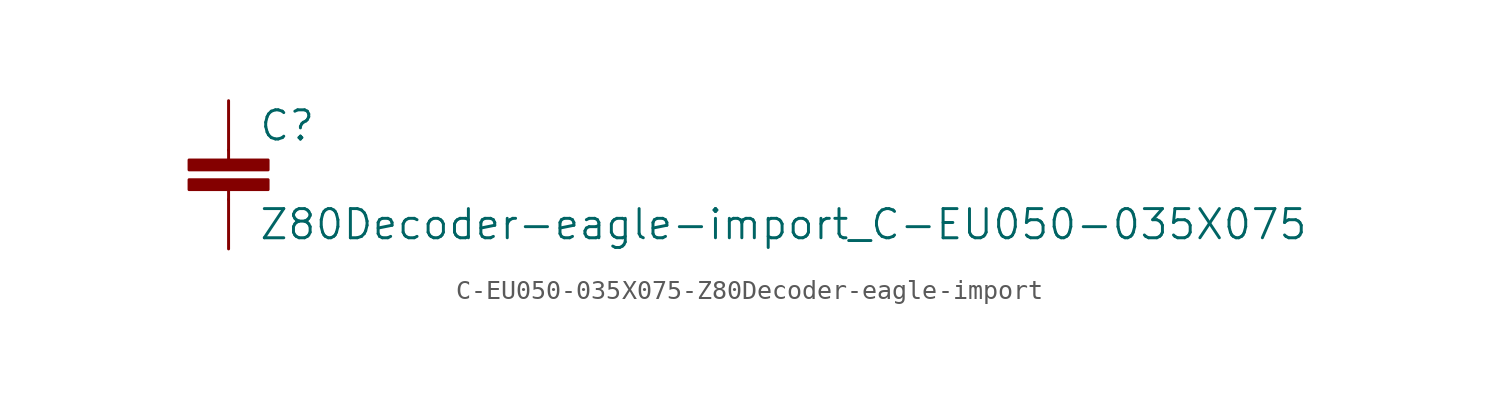
<source format=kicad_sym>
(kicad_symbol_lib
  (version 20220914)
  (generator kicad_symbol_editor)
  (symbol "C-EU050-035X075-Z80Decoder-eagle-import"
    (pin_names
      (offset 1.016))
    (property "Reference" "C"
      (at 1.524 0.381 0)
      (effects (font (size 1.499 1.499)) (justify left bottom)))
    (property "Value" "Z80Decoder-eagle-import_C-EU050-035X075"
      (at 1.524 -4.699 0)
      (effects (font (size 1.499 1.499)) (justify left bottom)))
    (property "ki_locked" ""
      (at 0 0 0)
      (effects (font (size 1.27 1.27))))
    (symbol "C-EU050-035X075-Z80Decoder-eagle-import_1_0"
      (rectangle (start -2.032 -2.032) (end 2.032 -1.524) (stroke (width 0) (type solid)) (fill (type outline)))
      (rectangle (start -2.032 -1.016) (end 2.032 -0.508) (stroke (width 0) (type solid)) (fill (type outline)))
      (polyline (pts (xy 0 -2.54) (xy 0 -2.032)) (stroke (width 0) (type solid)) (fill (type none)))
      (polyline (pts (xy 0 0) (xy 0 -0.508)) (stroke (width 0) (type solid)) (fill (type none)))
      (pin passive line (at 0 2.54 270) (length 2.54) (name "1" (effects (font (size 0 0)))) (number "1" (effects (font (size 0 0)))))
      (pin passive line (at 0 -5.08 90) (length 2.54) (name "2" (effects (font (size 0 0)))) (number "2" (effects (font (size 0 0))))))))
</source>
